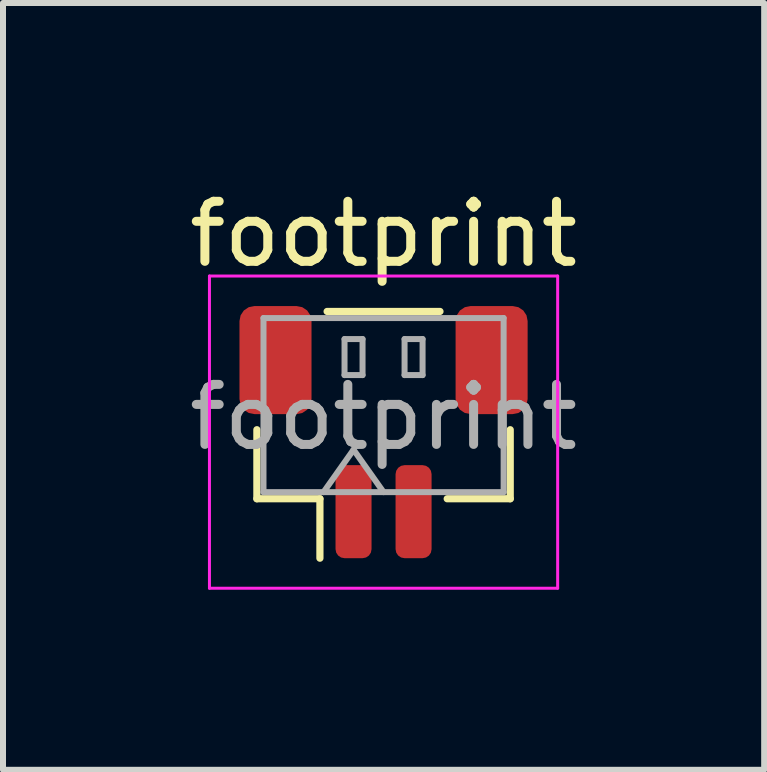
<source format=kicad_pcb>
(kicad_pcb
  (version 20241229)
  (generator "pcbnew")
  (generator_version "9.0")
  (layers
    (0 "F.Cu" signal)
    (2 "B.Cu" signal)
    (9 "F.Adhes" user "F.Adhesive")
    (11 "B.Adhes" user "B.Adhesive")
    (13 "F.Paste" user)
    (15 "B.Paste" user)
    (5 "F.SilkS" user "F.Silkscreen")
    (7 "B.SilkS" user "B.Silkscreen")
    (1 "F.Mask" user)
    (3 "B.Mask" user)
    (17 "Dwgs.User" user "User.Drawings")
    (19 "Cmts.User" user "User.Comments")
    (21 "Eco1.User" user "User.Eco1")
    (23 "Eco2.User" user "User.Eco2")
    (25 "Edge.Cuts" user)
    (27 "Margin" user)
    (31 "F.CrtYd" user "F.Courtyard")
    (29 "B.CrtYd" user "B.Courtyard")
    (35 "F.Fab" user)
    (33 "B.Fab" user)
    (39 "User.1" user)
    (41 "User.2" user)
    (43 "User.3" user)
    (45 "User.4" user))
  (footprint "footprint"
    (layer "F.Cu")
    (at 3.339 4.148)
    (property "Reference" "footprint" (at 0 -3.3 0) (layer "F.SilkS") (effects (font (size 1 1) (thickness 0.15))))
    (attr smd)
    (fp_line (start -2.11 -0.04) (end -2.11 1.11) (stroke (width 0.12) (type solid)) (layer "F.SilkS"))
    (fp_line (start -2.11 1.11) (end -1.06 1.11) (stroke (width 0.12) (type solid)) (layer "F.SilkS"))
    (fp_line (start -1.06 1.11) (end -1.06 2.1) (stroke (width 0.12) (type solid)) (layer "F.SilkS"))
    (fp_line (start -0.94 -2.01) (end 0.94 -2.01) (stroke (width 0.12) (type solid)) (layer "F.SilkS"))
    (fp_line (start 2.11 -0.04) (end 2.11 1.11) (stroke (width 0.12) (type solid)) (layer "F.SilkS"))
    (fp_line (start 2.11 1.11) (end 1.06 1.11) (stroke (width 0.12) (type solid)) (layer "F.SilkS"))
    (fp_line (start -2.9 -2.6) (end -2.9 2.6) (stroke (width 0.05) (type solid)) (layer "F.CrtYd"))
    (fp_line (start -2.9 2.6) (end 2.9 2.6) (stroke (width 0.05) (type solid)) (layer "F.CrtYd"))
    (fp_line (start 2.9 -2.6) (end -2.9 -2.6) (stroke (width 0.05) (type solid)) (layer "F.CrtYd"))
    (fp_line (start 2.9 2.6) (end 2.9 -2.6) (stroke (width 0.05) (type solid)) (layer "F.CrtYd"))
    (fp_line (start -2 -1.9) (end 2 -1.9) (stroke (width 0.1) (type solid)) (layer "F.Fab"))
    (fp_line (start -2 1) (end -2 -1.9) (stroke (width 0.1) (type solid)) (layer "F.Fab"))
    (fp_line (start -2 1) (end 2 1) (stroke (width 0.1) (type solid)) (layer "F.Fab"))
    (fp_line (start -1 1) (end -0.5 0.293) (stroke (width 0.1) (type solid)) (layer "F.Fab"))
    (fp_line (start -0.65 -1.55) (end -0.65 -0.95) (stroke (width 0.1) (type solid)) (layer "F.Fab"))
    (fp_line (start -0.65 -0.95) (end -0.35 -0.95) (stroke (width 0.1) (type solid)) (layer "F.Fab"))
    (fp_line (start -0.5 0.293) (end 0 1) (stroke (width 0.1) (type solid)) (layer "F.Fab"))
    (fp_line (start -0.35 -1.55) (end -0.65 -1.55) (stroke (width 0.1) (type solid)) (layer "F.Fab"))
    (fp_line (start -0.35 -0.95) (end -0.35 -1.55) (stroke (width 0.1) (type solid)) (layer "F.Fab"))
    (fp_line (start 0.35 -1.55) (end 0.35 -0.95) (stroke (width 0.1) (type solid)) (layer "F.Fab"))
    (fp_line (start 0.35 -0.95) (end 0.65 -0.95) (stroke (width 0.1) (type solid)) (layer "F.Fab"))
    (fp_line (start 0.65 -1.55) (end 0.35 -1.55) (stroke (width 0.1) (type solid)) (layer "F.Fab"))
    (fp_line (start 0.65 -0.95) (end 0.65 -1.55) (stroke (width 0.1) (type solid)) (layer "F.Fab"))
    (fp_line (start 2 1) (end 2 -1.9) (stroke (width 0.1) (type solid)) (layer "F.Fab"))
    (fp_text user "${REFERENCE}" (at 0 -0.25 0) (layer "F.Fab") (effects (font (size 1 1) (thickness 0.15))))
    (pad "1" smd roundrect (at -0.5 1.325) (size 0.6 1.55) (layers "F.Cu" "F.Mask" "F.Paste") (roundrect_rratio 0.25))
    (pad "2" smd roundrect (at 0.5 1.325) (size 0.6 1.55) (layers "F.Cu" "F.Mask" "F.Paste") (roundrect_rratio 0.25))
    (pad "MP" smd roundrect (at -1.8 -1.2) (size 1.2 1.8) (layers "F.Cu" "F.Mask" "F.Paste") (roundrect_rratio 0.208))
    (pad "MP" smd roundrect (at 1.8 -1.2) (size 1.2 1.8) (layers "F.Cu" "F.Mask" "F.Paste") (roundrect_rratio 0.208)))
  (gr_rect
    (start -3 -3)
    (end 9.679 9.773)
    (stroke (width 0.1) (type default))
    (fill no)
    (layer "Edge.Cuts")))
</source>
